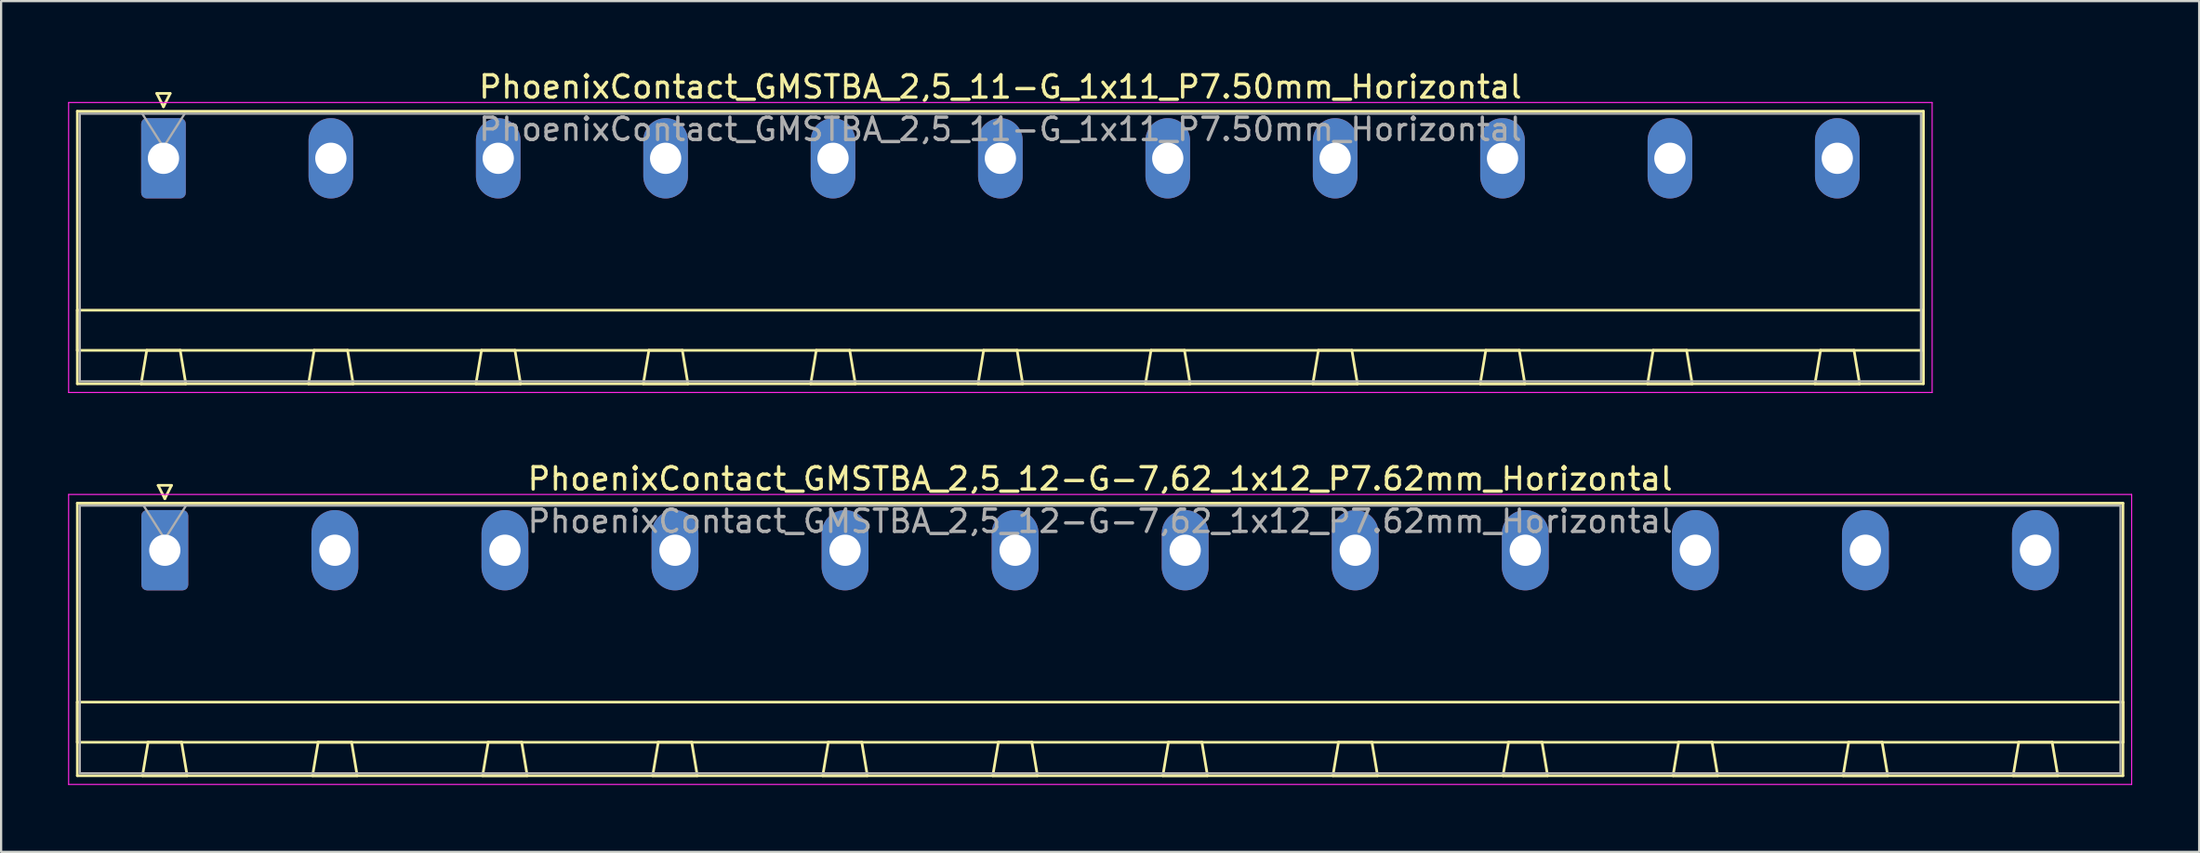
<source format=kicad_pcb>
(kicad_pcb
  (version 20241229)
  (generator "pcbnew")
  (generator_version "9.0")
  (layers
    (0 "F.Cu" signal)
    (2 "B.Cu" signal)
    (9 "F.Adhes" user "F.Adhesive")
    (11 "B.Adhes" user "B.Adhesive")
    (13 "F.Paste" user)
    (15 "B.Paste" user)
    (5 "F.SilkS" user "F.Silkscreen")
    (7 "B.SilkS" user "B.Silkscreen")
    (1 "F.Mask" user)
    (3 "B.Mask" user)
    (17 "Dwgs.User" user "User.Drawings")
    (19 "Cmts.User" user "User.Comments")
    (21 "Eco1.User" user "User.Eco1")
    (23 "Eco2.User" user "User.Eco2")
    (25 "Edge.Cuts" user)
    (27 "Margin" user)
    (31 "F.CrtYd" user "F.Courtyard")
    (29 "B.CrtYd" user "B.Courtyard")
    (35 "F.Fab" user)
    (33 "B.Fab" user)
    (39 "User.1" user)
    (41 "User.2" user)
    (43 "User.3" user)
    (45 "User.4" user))
  (footprint "PhoenixContact_GMSTBA_2,5_11-G_1x11_P7.50mm_Horizontal"
    (layer "F.Cu")
    (at 4.275 4.048)
    (property "Reference" "PhoenixContact_GMSTBA_2,5_11-G_1x11_P7.50mm_Horizontal" (at 37.5 -3.2 0) (layer "F.SilkS") (effects (font (size 1 1) (thickness 0.15))))
    (attr through_hole)
    (fp_line (start -3.86 -2.11) (end -3.86 10.11) (stroke (width 0.12) (type solid)) (layer "F.SilkS"))
    (fp_line (start -3.86 6.81) (end 78.86 6.81) (stroke (width 0.12) (type solid)) (layer "F.SilkS"))
    (fp_line (start -3.86 8.61) (end -3.86 6.81) (stroke (width 0.12) (type solid)) (layer "F.SilkS"))
    (fp_line (start -3.86 10.11) (end 78.86 10.11) (stroke (width 0.12) (type solid)) (layer "F.SilkS"))
    (fp_line (start -1 10.11) (end 1 10.11) (stroke (width 0.12) (type solid)) (layer "F.SilkS"))
    (fp_line (start -0.75 8.61) (end -1 10.11) (stroke (width 0.12) (type solid)) (layer "F.SilkS"))
    (fp_line (start -0.3 -2.91) (end 0.3 -2.91) (stroke (width 0.12) (type solid)) (layer "F.SilkS"))
    (fp_line (start 0 -2.31) (end -0.3 -2.91) (stroke (width 0.12) (type solid)) (layer "F.SilkS"))
    (fp_line (start 0.3 -2.91) (end 0 -2.31) (stroke (width 0.12) (type solid)) (layer "F.SilkS"))
    (fp_line (start 0.75 8.61) (end -0.75 8.61) (stroke (width 0.12) (type solid)) (layer "F.SilkS"))
    (fp_line (start 1 10.11) (end 0.75 8.61) (stroke (width 0.12) (type solid)) (layer "F.SilkS"))
    (fp_line (start 6.5 10.11) (end 8.5 10.11) (stroke (width 0.12) (type solid)) (layer "F.SilkS"))
    (fp_line (start 6.75 8.61) (end 6.5 10.11) (stroke (width 0.12) (type solid)) (layer "F.SilkS"))
    (fp_line (start 8.25 8.61) (end 6.75 8.61) (stroke (width 0.12) (type solid)) (layer "F.SilkS"))
    (fp_line (start 8.5 10.11) (end 8.25 8.61) (stroke (width 0.12) (type solid)) (layer "F.SilkS"))
    (fp_line (start 14 10.11) (end 16 10.11) (stroke (width 0.12) (type solid)) (layer "F.SilkS"))
    (fp_line (start 14.25 8.61) (end 14 10.11) (stroke (width 0.12) (type solid)) (layer "F.SilkS"))
    (fp_line (start 15.75 8.61) (end 14.25 8.61) (stroke (width 0.12) (type solid)) (layer "F.SilkS"))
    (fp_line (start 16 10.11) (end 15.75 8.61) (stroke (width 0.12) (type solid)) (layer "F.SilkS"))
    (fp_line (start 21.5 10.11) (end 23.5 10.11) (stroke (width 0.12) (type solid)) (layer "F.SilkS"))
    (fp_line (start 21.75 8.61) (end 21.5 10.11) (stroke (width 0.12) (type solid)) (layer "F.SilkS"))
    (fp_line (start 23.25 8.61) (end 21.75 8.61) (stroke (width 0.12) (type solid)) (layer "F.SilkS"))
    (fp_line (start 23.5 10.11) (end 23.25 8.61) (stroke (width 0.12) (type solid)) (layer "F.SilkS"))
    (fp_line (start 29 10.11) (end 31 10.11) (stroke (width 0.12) (type solid)) (layer "F.SilkS"))
    (fp_line (start 29.25 8.61) (end 29 10.11) (stroke (width 0.12) (type solid)) (layer "F.SilkS"))
    (fp_line (start 30.75 8.61) (end 29.25 8.61) (stroke (width 0.12) (type solid)) (layer "F.SilkS"))
    (fp_line (start 31 10.11) (end 30.75 8.61) (stroke (width 0.12) (type solid)) (layer "F.SilkS"))
    (fp_line (start 36.5 10.11) (end 38.5 10.11) (stroke (width 0.12) (type solid)) (layer "F.SilkS"))
    (fp_line (start 36.75 8.61) (end 36.5 10.11) (stroke (width 0.12) (type solid)) (layer "F.SilkS"))
    (fp_line (start 38.25 8.61) (end 36.75 8.61) (stroke (width 0.12) (type solid)) (layer "F.SilkS"))
    (fp_line (start 38.5 10.11) (end 38.25 8.61) (stroke (width 0.12) (type solid)) (layer "F.SilkS"))
    (fp_line (start 44 10.11) (end 46 10.11) (stroke (width 0.12) (type solid)) (layer "F.SilkS"))
    (fp_line (start 44.25 8.61) (end 44 10.11) (stroke (width 0.12) (type solid)) (layer "F.SilkS"))
    (fp_line (start 45.75 8.61) (end 44.25 8.61) (stroke (width 0.12) (type solid)) (layer "F.SilkS"))
    (fp_line (start 46 10.11) (end 45.75 8.61) (stroke (width 0.12) (type solid)) (layer "F.SilkS"))
    (fp_line (start 51.5 10.11) (end 53.5 10.11) (stroke (width 0.12) (type solid)) (layer "F.SilkS"))
    (fp_line (start 51.75 8.61) (end 51.5 10.11) (stroke (width 0.12) (type solid)) (layer "F.SilkS"))
    (fp_line (start 53.25 8.61) (end 51.75 8.61) (stroke (width 0.12) (type solid)) (layer "F.SilkS"))
    (fp_line (start 53.5 10.11) (end 53.25 8.61) (stroke (width 0.12) (type solid)) (layer "F.SilkS"))
    (fp_line (start 59 10.11) (end 61 10.11) (stroke (width 0.12) (type solid)) (layer "F.SilkS"))
    (fp_line (start 59.25 8.61) (end 59 10.11) (stroke (width 0.12) (type solid)) (layer "F.SilkS"))
    (fp_line (start 60.75 8.61) (end 59.25 8.61) (stroke (width 0.12) (type solid)) (layer "F.SilkS"))
    (fp_line (start 61 10.11) (end 60.75 8.61) (stroke (width 0.12) (type solid)) (layer "F.SilkS"))
    (fp_line (start 66.5 10.11) (end 68.5 10.11) (stroke (width 0.12) (type solid)) (layer "F.SilkS"))
    (fp_line (start 66.75 8.61) (end 66.5 10.11) (stroke (width 0.12) (type solid)) (layer "F.SilkS"))
    (fp_line (start 68.25 8.61) (end 66.75 8.61) (stroke (width 0.12) (type solid)) (layer "F.SilkS"))
    (fp_line (start 68.5 10.11) (end 68.25 8.61) (stroke (width 0.12) (type solid)) (layer "F.SilkS"))
    (fp_line (start 74 10.11) (end 76 10.11) (stroke (width 0.12) (type solid)) (layer "F.SilkS"))
    (fp_line (start 74.25 8.61) (end 74 10.11) (stroke (width 0.12) (type solid)) (layer "F.SilkS"))
    (fp_line (start 75.75 8.61) (end 74.25 8.61) (stroke (width 0.12) (type solid)) (layer "F.SilkS"))
    (fp_line (start 76 10.11) (end 75.75 8.61) (stroke (width 0.12) (type solid)) (layer "F.SilkS"))
    (fp_line (start 78.86 -2.11) (end -3.86 -2.11) (stroke (width 0.12) (type solid)) (layer "F.SilkS"))
    (fp_line (start 78.86 6.81) (end 78.86 8.61) (stroke (width 0.12) (type solid)) (layer "F.SilkS"))
    (fp_line (start 78.86 8.61) (end -3.86 8.61) (stroke (width 0.12) (type solid)) (layer "F.SilkS"))
    (fp_line (start 78.86 10.11) (end 78.86 -2.11) (stroke (width 0.12) (type solid)) (layer "F.SilkS"))
    (fp_line (start -4.25 -2.5) (end -4.25 10.5) (stroke (width 0.05) (type solid)) (layer "F.CrtYd"))
    (fp_line (start -4.25 10.5) (end 79.25 10.5) (stroke (width 0.05) (type solid)) (layer "F.CrtYd"))
    (fp_line (start 79.25 -2.5) (end -4.25 -2.5) (stroke (width 0.05) (type solid)) (layer "F.CrtYd"))
    (fp_line (start 79.25 10.5) (end 79.25 -2.5) (stroke (width 0.05) (type solid)) (layer "F.CrtYd"))
    (fp_line (start -3.75 -2) (end -3.75 10) (stroke (width 0.1) (type solid)) (layer "F.Fab"))
    (fp_line (start -3.75 10) (end 78.75 10) (stroke (width 0.1) (type solid)) (layer "F.Fab"))
    (fp_line (start 0 -0.5) (end -0.95 -2) (stroke (width 0.1) (type solid)) (layer "F.Fab"))
    (fp_line (start 0.95 -2) (end 0 -0.5) (stroke (width 0.1) (type solid)) (layer "F.Fab"))
    (fp_line (start 78.75 -2) (end -3.75 -2) (stroke (width 0.1) (type solid)) (layer "F.Fab"))
    (fp_line (start 78.75 10) (end 78.75 -2) (stroke (width 0.1) (type solid)) (layer "F.Fab"))
    (fp_text user "${REFERENCE}" (at 37.5 -1.3 0) (layer "F.Fab") (effects (font (size 1 1) (thickness 0.15))))
    (pad "1" thru_hole roundrect (at 0 0) (size 2 3.6) (drill 1.4) (layers "*.Cu" "*.Mask") (roundrect_rratio 0.125))
    (pad "2" thru_hole oval (at 7.5 0) (size 2 3.6) (drill 1.4) (layers "*.Cu" "*.Mask"))
    (pad "3" thru_hole oval (at 15 0) (size 2 3.6) (drill 1.4) (layers "*.Cu" "*.Mask"))
    (pad "4" thru_hole oval (at 22.5 0) (size 2 3.6) (drill 1.4) (layers "*.Cu" "*.Mask"))
    (pad "5" thru_hole oval (at 30 0) (size 2 3.6) (drill 1.4) (layers "*.Cu" "*.Mask"))
    (pad "6" thru_hole oval (at 37.5 0) (size 2 3.6) (drill 1.4) (layers "*.Cu" "*.Mask"))
    (pad "7" thru_hole oval (at 45 0) (size 2 3.6) (drill 1.4) (layers "*.Cu" "*.Mask"))
    (pad "8" thru_hole oval (at 52.5 0) (size 2 3.6) (drill 1.4) (layers "*.Cu" "*.Mask"))
    (pad "9" thru_hole oval (at 60 0) (size 2 3.6) (drill 1.4) (layers "*.Cu" "*.Mask"))
    (pad "10" thru_hole oval (at 67.5 0) (size 2 3.6) (drill 1.4) (layers "*.Cu" "*.Mask"))
    (pad "11" thru_hole oval (at 75 0) (size 2 3.6) (drill 1.4) (layers "*.Cu" "*.Mask")))
  (footprint "PhoenixContact_GMSTBA_2,5_12-G-7,62_1x12_P7.62mm_Horizontal"
    (layer "F.Cu")
    (at 4.335 21.622)
    (property "Reference" "PhoenixContact_GMSTBA_2,5_12-G-7,62_1x12_P7.62mm_Horizontal" (at 41.91 -3.2 0) (layer "F.SilkS") (effects (font (size 1 1) (thickness 0.15))))
    (attr through_hole)
    (fp_line (start -3.92 -2.11) (end -3.92 10.11) (stroke (width 0.12) (type solid)) (layer "F.SilkS"))
    (fp_line (start -3.92 6.81) (end 87.74 6.81) (stroke (width 0.12) (type solid)) (layer "F.SilkS"))
    (fp_line (start -3.92 8.61) (end -3.92 6.81) (stroke (width 0.12) (type solid)) (layer "F.SilkS"))
    (fp_line (start -3.92 10.11) (end 87.74 10.11) (stroke (width 0.12) (type solid)) (layer "F.SilkS"))
    (fp_line (start -1 10.11) (end 1 10.11) (stroke (width 0.12) (type solid)) (layer "F.SilkS"))
    (fp_line (start -0.75 8.61) (end -1 10.11) (stroke (width 0.12) (type solid)) (layer "F.SilkS"))
    (fp_line (start -0.3 -2.91) (end 0.3 -2.91) (stroke (width 0.12) (type solid)) (layer "F.SilkS"))
    (fp_line (start 0 -2.31) (end -0.3 -2.91) (stroke (width 0.12) (type solid)) (layer "F.SilkS"))
    (fp_line (start 0.3 -2.91) (end 0 -2.31) (stroke (width 0.12) (type solid)) (layer "F.SilkS"))
    (fp_line (start 0.75 8.61) (end -0.75 8.61) (stroke (width 0.12) (type solid)) (layer "F.SilkS"))
    (fp_line (start 1 10.11) (end 0.75 8.61) (stroke (width 0.12) (type solid)) (layer "F.SilkS"))
    (fp_line (start 6.62 10.11) (end 8.62 10.11) (stroke (width 0.12) (type solid)) (layer "F.SilkS"))
    (fp_line (start 6.87 8.61) (end 6.62 10.11) (stroke (width 0.12) (type solid)) (layer "F.SilkS"))
    (fp_line (start 8.37 8.61) (end 6.87 8.61) (stroke (width 0.12) (type solid)) (layer "F.SilkS"))
    (fp_line (start 8.62 10.11) (end 8.37 8.61) (stroke (width 0.12) (type solid)) (layer "F.SilkS"))
    (fp_line (start 14.24 10.11) (end 16.24 10.11) (stroke (width 0.12) (type solid)) (layer "F.SilkS"))
    (fp_line (start 14.49 8.61) (end 14.24 10.11) (stroke (width 0.12) (type solid)) (layer "F.SilkS"))
    (fp_line (start 15.99 8.61) (end 14.49 8.61) (stroke (width 0.12) (type solid)) (layer "F.SilkS"))
    (fp_line (start 16.24 10.11) (end 15.99 8.61) (stroke (width 0.12) (type solid)) (layer "F.SilkS"))
    (fp_line (start 21.86 10.11) (end 23.86 10.11) (stroke (width 0.12) (type solid)) (layer "F.SilkS"))
    (fp_line (start 22.11 8.61) (end 21.86 10.11) (stroke (width 0.12) (type solid)) (layer "F.SilkS"))
    (fp_line (start 23.61 8.61) (end 22.11 8.61) (stroke (width 0.12) (type solid)) (layer "F.SilkS"))
    (fp_line (start 23.86 10.11) (end 23.61 8.61) (stroke (width 0.12) (type solid)) (layer "F.SilkS"))
    (fp_line (start 29.48 10.11) (end 31.48 10.11) (stroke (width 0.12) (type solid)) (layer "F.SilkS"))
    (fp_line (start 29.73 8.61) (end 29.48 10.11) (stroke (width 0.12) (type solid)) (layer "F.SilkS"))
    (fp_line (start 31.23 8.61) (end 29.73 8.61) (stroke (width 0.12) (type solid)) (layer "F.SilkS"))
    (fp_line (start 31.48 10.11) (end 31.23 8.61) (stroke (width 0.12) (type solid)) (layer "F.SilkS"))
    (fp_line (start 37.1 10.11) (end 39.1 10.11) (stroke (width 0.12) (type solid)) (layer "F.SilkS"))
    (fp_line (start 37.35 8.61) (end 37.1 10.11) (stroke (width 0.12) (type solid)) (layer "F.SilkS"))
    (fp_line (start 38.85 8.61) (end 37.35 8.61) (stroke (width 0.12) (type solid)) (layer "F.SilkS"))
    (fp_line (start 39.1 10.11) (end 38.85 8.61) (stroke (width 0.12) (type solid)) (layer "F.SilkS"))
    (fp_line (start 44.72 10.11) (end 46.72 10.11) (stroke (width 0.12) (type solid)) (layer "F.SilkS"))
    (fp_line (start 44.97 8.61) (end 44.72 10.11) (stroke (width 0.12) (type solid)) (layer "F.SilkS"))
    (fp_line (start 46.47 8.61) (end 44.97 8.61) (stroke (width 0.12) (type solid)) (layer "F.SilkS"))
    (fp_line (start 46.72 10.11) (end 46.47 8.61) (stroke (width 0.12) (type solid)) (layer "F.SilkS"))
    (fp_line (start 52.34 10.11) (end 54.34 10.11) (stroke (width 0.12) (type solid)) (layer "F.SilkS"))
    (fp_line (start 52.59 8.61) (end 52.34 10.11) (stroke (width 0.12) (type solid)) (layer "F.SilkS"))
    (fp_line (start 54.09 8.61) (end 52.59 8.61) (stroke (width 0.12) (type solid)) (layer "F.SilkS"))
    (fp_line (start 54.34 10.11) (end 54.09 8.61) (stroke (width 0.12) (type solid)) (layer "F.SilkS"))
    (fp_line (start 59.96 10.11) (end 61.96 10.11) (stroke (width 0.12) (type solid)) (layer "F.SilkS"))
    (fp_line (start 60.21 8.61) (end 59.96 10.11) (stroke (width 0.12) (type solid)) (layer "F.SilkS"))
    (fp_line (start 61.71 8.61) (end 60.21 8.61) (stroke (width 0.12) (type solid)) (layer "F.SilkS"))
    (fp_line (start 61.96 10.11) (end 61.71 8.61) (stroke (width 0.12) (type solid)) (layer "F.SilkS"))
    (fp_line (start 67.58 10.11) (end 69.58 10.11) (stroke (width 0.12) (type solid)) (layer "F.SilkS"))
    (fp_line (start 67.83 8.61) (end 67.58 10.11) (stroke (width 0.12) (type solid)) (layer "F.SilkS"))
    (fp_line (start 69.33 8.61) (end 67.83 8.61) (stroke (width 0.12) (type solid)) (layer "F.SilkS"))
    (fp_line (start 69.58 10.11) (end 69.33 8.61) (stroke (width 0.12) (type solid)) (layer "F.SilkS"))
    (fp_line (start 75.2 10.11) (end 77.2 10.11) (stroke (width 0.12) (type solid)) (layer "F.SilkS"))
    (fp_line (start 75.45 8.61) (end 75.2 10.11) (stroke (width 0.12) (type solid)) (layer "F.SilkS"))
    (fp_line (start 76.95 8.61) (end 75.45 8.61) (stroke (width 0.12) (type solid)) (layer "F.SilkS"))
    (fp_line (start 77.2 10.11) (end 76.95 8.61) (stroke (width 0.12) (type solid)) (layer "F.SilkS"))
    (fp_line (start 82.82 10.11) (end 84.82 10.11) (stroke (width 0.12) (type solid)) (layer "F.SilkS"))
    (fp_line (start 83.07 8.61) (end 82.82 10.11) (stroke (width 0.12) (type solid)) (layer "F.SilkS"))
    (fp_line (start 84.57 8.61) (end 83.07 8.61) (stroke (width 0.12) (type solid)) (layer "F.SilkS"))
    (fp_line (start 84.82 10.11) (end 84.57 8.61) (stroke (width 0.12) (type solid)) (layer "F.SilkS"))
    (fp_line (start 87.74 -2.11) (end -3.92 -2.11) (stroke (width 0.12) (type solid)) (layer "F.SilkS"))
    (fp_line (start 87.74 6.81) (end 87.74 8.61) (stroke (width 0.12) (type solid)) (layer "F.SilkS"))
    (fp_line (start 87.74 8.61) (end -3.92 8.61) (stroke (width 0.12) (type solid)) (layer "F.SilkS"))
    (fp_line (start 87.74 10.11) (end 87.74 -2.11) (stroke (width 0.12) (type solid)) (layer "F.SilkS"))
    (fp_line (start -4.31 -2.5) (end -4.31 10.5) (stroke (width 0.05) (type solid)) (layer "F.CrtYd"))
    (fp_line (start -4.31 10.5) (end 88.13 10.5) (stroke (width 0.05) (type solid)) (layer "F.CrtYd"))
    (fp_line (start 88.13 -2.5) (end -4.31 -2.5) (stroke (width 0.05) (type solid)) (layer "F.CrtYd"))
    (fp_line (start 88.13 10.5) (end 88.13 -2.5) (stroke (width 0.05) (type solid)) (layer "F.CrtYd"))
    (fp_line (start -3.81 -2) (end -3.81 10) (stroke (width 0.1) (type solid)) (layer "F.Fab"))
    (fp_line (start -3.81 10) (end 87.63 10) (stroke (width 0.1) (type solid)) (layer "F.Fab"))
    (fp_line (start 0 -0.5) (end -0.95 -2) (stroke (width 0.1) (type solid)) (layer "F.Fab"))
    (fp_line (start 0.95 -2) (end 0 -0.5) (stroke (width 0.1) (type solid)) (layer "F.Fab"))
    (fp_line (start 87.63 -2) (end -3.81 -2) (stroke (width 0.1) (type solid)) (layer "F.Fab"))
    (fp_line (start 87.63 10) (end 87.63 -2) (stroke (width 0.1) (type solid)) (layer "F.Fab"))
    (fp_text user "${REFERENCE}" (at 41.91 -1.3 0) (layer "F.Fab") (effects (font (size 1 1) (thickness 0.15))))
    (pad "1" thru_hole roundrect (at 0 0) (size 2.1 3.6) (drill 1.4) (layers "*.Cu" "*.Mask") (roundrect_rratio 0.119))
    (pad "2" thru_hole oval (at 7.62 0) (size 2.1 3.6) (drill 1.4) (layers "*.Cu" "*.Mask"))
    (pad "3" thru_hole oval (at 15.24 0) (size 2.1 3.6) (drill 1.4) (layers "*.Cu" "*.Mask"))
    (pad "4" thru_hole oval (at 22.86 0) (size 2.1 3.6) (drill 1.4) (layers "*.Cu" "*.Mask"))
    (pad "5" thru_hole oval (at 30.48 0) (size 2.1 3.6) (drill 1.4) (layers "*.Cu" "*.Mask"))
    (pad "6" thru_hole oval (at 38.1 0) (size 2.1 3.6) (drill 1.4) (layers "*.Cu" "*.Mask"))
    (pad "7" thru_hole oval (at 45.72 0) (size 2.1 3.6) (drill 1.4) (layers "*.Cu" "*.Mask"))
    (pad "8" thru_hole oval (at 53.34 0) (size 2.1 3.6) (drill 1.4) (layers "*.Cu" "*.Mask"))
    (pad "9" thru_hole oval (at 60.96 0) (size 2.1 3.6) (drill 1.4) (layers "*.Cu" "*.Mask"))
    (pad "10" thru_hole oval (at 68.58 0) (size 2.1 3.6) (drill 1.4) (layers "*.Cu" "*.Mask"))
    (pad "11" thru_hole oval (at 76.2 0) (size 2.1 3.6) (drill 1.4) (layers "*.Cu" "*.Mask"))
    (pad "12" thru_hole oval (at 83.82 0) (size 2.1 3.6) (drill 1.4) (layers "*.Cu" "*.Mask")))
  (gr_rect
    (start -3 -3)
    (end 95.49 35.147)
    (stroke (width 0.1) (type default))
    (fill no)
    (layer "Edge.Cuts")))
</source>
